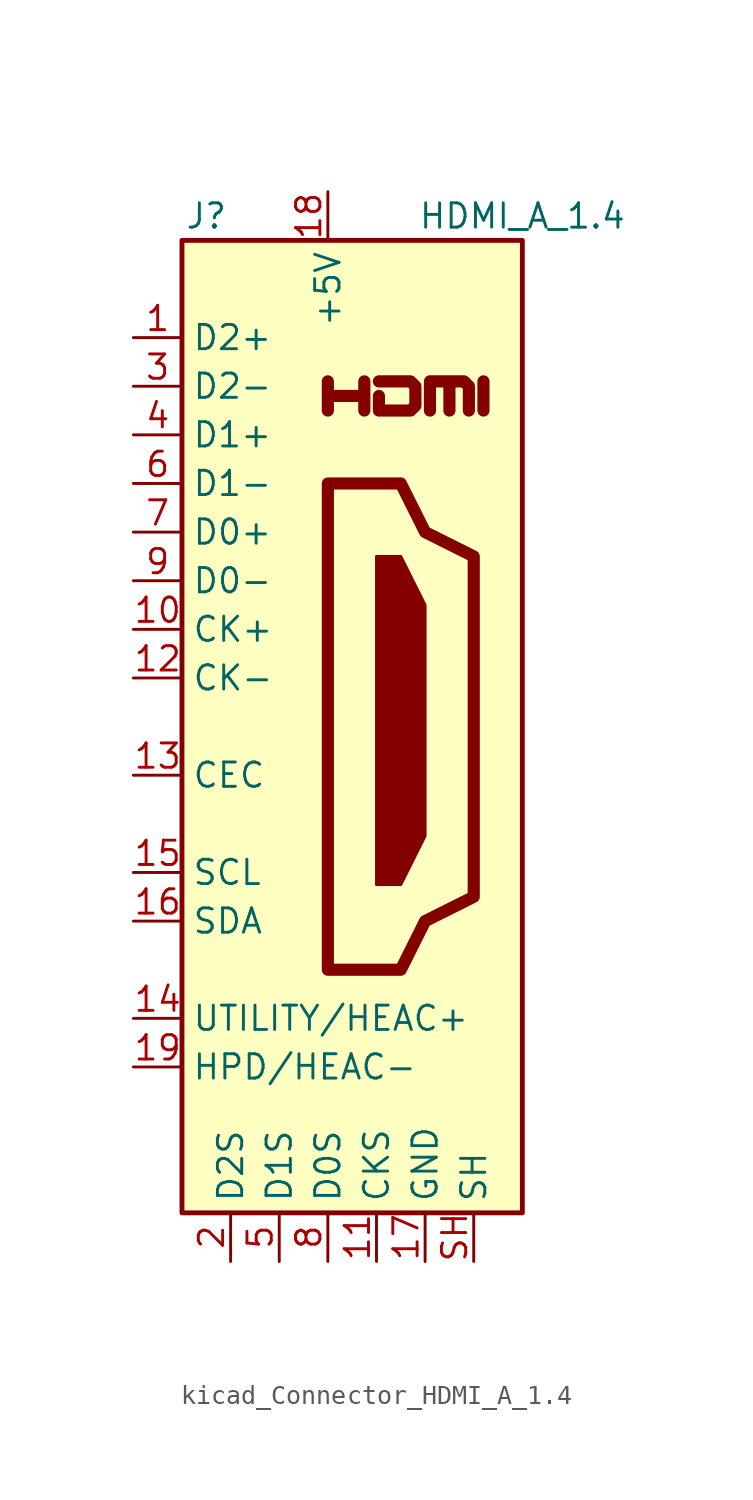
<source format=kicad_sym>
(kicad_symbol_lib
  (version 20220914)
  (generator kicad_symbol_editor)
  (symbol "kicad_Connector_HDMI_A_1.4"
    (property "Reference" "J"
      (at -6.35 26.67 0)
      (effects (font (size 1.27 1.27))))
    (property "Value" "HDMI_A_1.4"
      (at 10.16 26.67 0)
      (effects (font (size 1.27 1.27))))
    (symbol "kicad_Connector_HDMI_A_1.4_0_0"
      (polyline (pts (xy 8.128 16.51) (xy 8.128 18.034)) (stroke (width 0.635) (type default)) (fill (type none)))
      (polyline (pts (xy 0 16.51) (xy 0 18.034) (xy 0 17.272) (xy 1.905 17.272) (xy 1.905 18.034) (xy 1.905 16.51)) (stroke (width 0.635) (type default)) (fill (type none)))
      (polyline (pts (xy 2.667 18.034) (xy 4.318 18.034) (xy 4.572 17.78) (xy 4.572 16.764) (xy 4.318 16.51) (xy 2.667 16.51) (xy 2.667 17.272)) (stroke (width 0.635) (type default)) (fill (type none))))
    (symbol "kicad_Connector_HDMI_A_1.4_0_1"
      (rectangle (start -7.62 25.4) (end 10.16 -25.4) (stroke (width 0.254) (type default)) (fill (type background)))
      (polyline (pts (xy 2.54 8.89) (xy 3.81 8.89) (xy 5.08 6.35) (xy 5.08 -5.715) (xy 3.81 -8.255) (xy 2.54 -8.255) (xy 2.54 8.89)) (stroke (width 0) (type default)) (fill (type outline)))
      (polyline (pts (xy 5.334 16.51) (xy 5.334 18.034) (xy 6.35 18.034) (xy 6.35 16.51) (xy 6.35 18.034) (xy 7.112 18.034) (xy 7.366 17.78) (xy 7.366 16.51)) (stroke (width 0.635) (type default)) (fill (type none)))
      (polyline (pts (xy 0 12.7) (xy 0 -12.7) (xy 3.81 -12.7) (xy 5.08 -10.16) (xy 7.62 -8.89) (xy 7.62 8.89) (xy 5.08 10.16) (xy 3.81 12.7) (xy 0 12.7)) (stroke (width 0.635) (type default)) (fill (type none))))
    (symbol "kicad_Connector_HDMI_A_1.4_1_1"
      (pin passive line (at -10.16 20.32 0) (length 2.54) (name "D2+" (effects (font (size 1.27 1.27)))) (number "1" (effects (font (size 1.27 1.27)))))
      (pin passive line (at -10.16 5.08 0) (length 2.54) (name "CK+" (effects (font (size 1.27 1.27)))) (number "10" (effects (font (size 1.27 1.27)))))
      (pin power_in line (at 2.54 -27.94 90) (length 2.54) (name "CKS" (effects (font (size 1.27 1.27)))) (number "11" (effects (font (size 1.27 1.27)))))
      (pin passive line (at -10.16 2.54 0) (length 2.54) (name "CK-" (effects (font (size 1.27 1.27)))) (number "12" (effects (font (size 1.27 1.27)))))
      (pin bidirectional line (at -10.16 -2.54 0) (length 2.54) (name "CEC" (effects (font (size 1.27 1.27)))) (number "13" (effects (font (size 1.27 1.27)))))
      (pin passive line (at -10.16 -15.24 0) (length 2.54) (name "UTILITY/HEAC+" (effects (font (size 1.27 1.27)))) (number "14" (effects (font (size 1.27 1.27)))))
      (pin passive line (at -10.16 -7.62 0) (length 2.54) (name "SCL" (effects (font (size 1.27 1.27)))) (number "15" (effects (font (size 1.27 1.27)))))
      (pin bidirectional line (at -10.16 -10.16 0) (length 2.54) (name "SDA" (effects (font (size 1.27 1.27)))) (number "16" (effects (font (size 1.27 1.27)))))
      (pin power_in line (at 5.08 -27.94 90) (length 2.54) (name "GND" (effects (font (size 1.27 1.27)))) (number "17" (effects (font (size 1.27 1.27)))))
      (pin power_in line (at 0 27.94 270) (length 2.54) (name "+5V" (effects (font (size 1.27 1.27)))) (number "18" (effects (font (size 1.27 1.27)))))
      (pin passive line (at -10.16 -17.78 0) (length 2.54) (name "HPD/HEAC-" (effects (font (size 1.27 1.27)))) (number "19" (effects (font (size 1.27 1.27)))))
      (pin power_in line (at -5.08 -27.94 90) (length 2.54) (name "D2S" (effects (font (size 1.27 1.27)))) (number "2" (effects (font (size 1.27 1.27)))))
      (pin passive line (at -10.16 17.78 0) (length 2.54) (name "D2-" (effects (font (size 1.27 1.27)))) (number "3" (effects (font (size 1.27 1.27)))))
      (pin passive line (at -10.16 15.24 0) (length 2.54) (name "D1+" (effects (font (size 1.27 1.27)))) (number "4" (effects (font (size 1.27 1.27)))))
      (pin power_in line (at -2.54 -27.94 90) (length 2.54) (name "D1S" (effects (font (size 1.27 1.27)))) (number "5" (effects (font (size 1.27 1.27)))))
      (pin passive line (at -10.16 12.7 0) (length 2.54) (name "D1-" (effects (font (size 1.27 1.27)))) (number "6" (effects (font (size 1.27 1.27)))))
      (pin passive line (at -10.16 10.16 0) (length 2.54) (name "D0+" (effects (font (size 1.27 1.27)))) (number "7" (effects (font (size 1.27 1.27)))))
      (pin power_in line (at 0 -27.94 90) (length 2.54) (name "D0S" (effects (font (size 1.27 1.27)))) (number "8" (effects (font (size 1.27 1.27)))))
      (pin passive line (at -10.16 7.62 0) (length 2.54) (name "D0-" (effects (font (size 1.27 1.27)))) (number "9" (effects (font (size 1.27 1.27)))))
      (pin passive line (at 7.62 -27.94 90) (length 2.54) (name "SH" (effects (font (size 1.27 1.27)))) (number "SH" (effects (font (size 1.27 1.27))))))))
</source>
